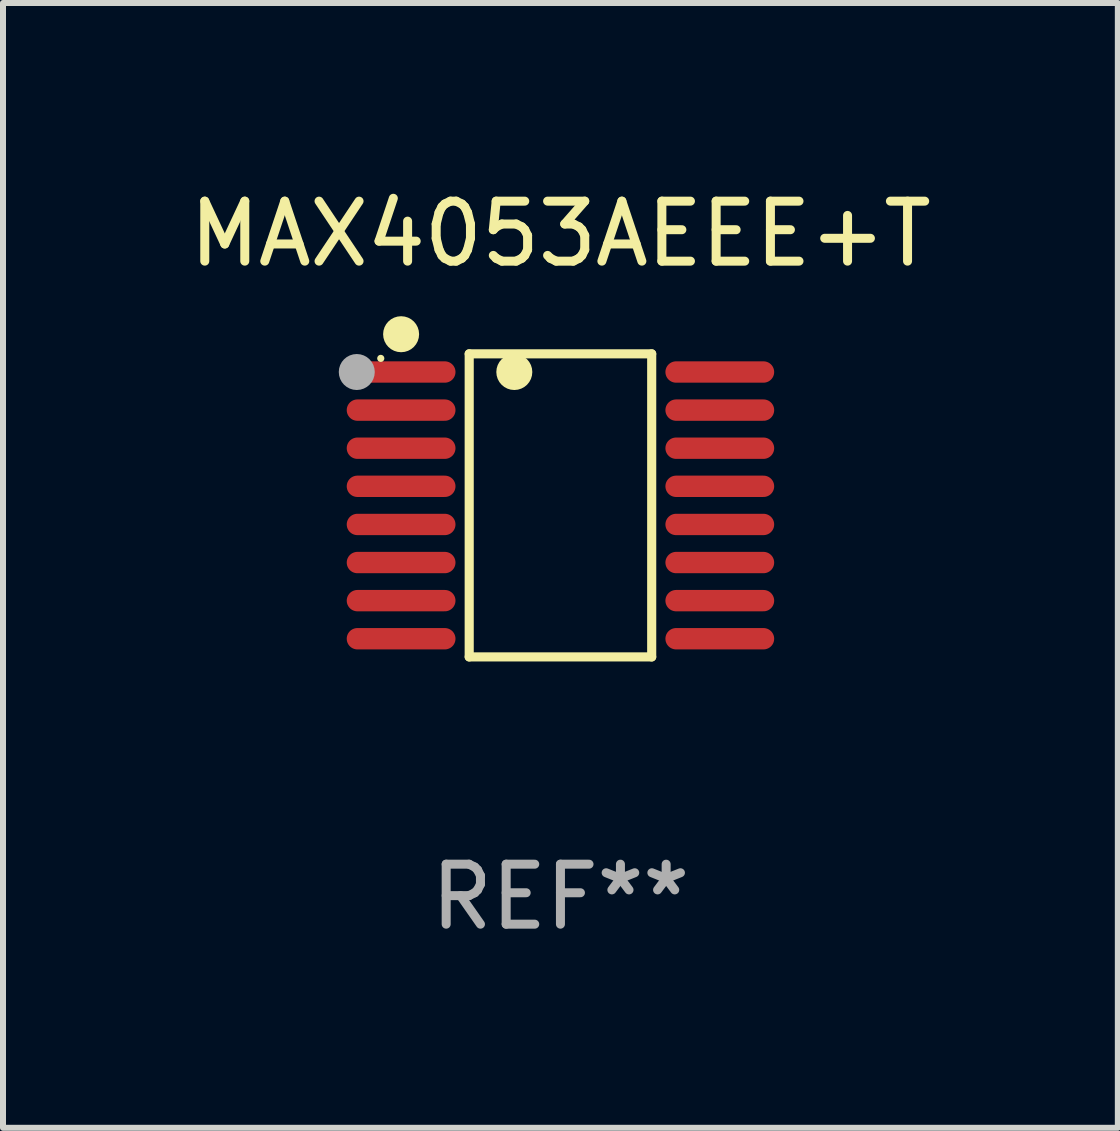
<source format=kicad_pcb>
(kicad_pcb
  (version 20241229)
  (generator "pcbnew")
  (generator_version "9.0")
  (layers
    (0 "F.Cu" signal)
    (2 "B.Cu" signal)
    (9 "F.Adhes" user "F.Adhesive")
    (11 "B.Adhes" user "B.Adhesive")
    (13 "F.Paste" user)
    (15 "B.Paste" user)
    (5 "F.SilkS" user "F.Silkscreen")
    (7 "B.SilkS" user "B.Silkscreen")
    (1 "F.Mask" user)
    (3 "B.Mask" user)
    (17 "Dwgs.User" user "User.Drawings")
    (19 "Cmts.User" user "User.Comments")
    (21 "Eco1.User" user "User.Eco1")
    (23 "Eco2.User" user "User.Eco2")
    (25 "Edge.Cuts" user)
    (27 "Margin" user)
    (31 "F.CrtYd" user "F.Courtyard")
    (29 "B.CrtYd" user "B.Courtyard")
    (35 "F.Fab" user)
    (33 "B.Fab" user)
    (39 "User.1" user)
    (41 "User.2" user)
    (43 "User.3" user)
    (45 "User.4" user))
  (footprint "MAX4053AEEE+T"
    (layer "F.Cu")
    (at 6.292 5.374)
    (property "Reference" "MAX4053AEEE+T" (at 0 -4.526 0) (layer "F.SilkS") (effects (font (size 1 1) (thickness 0.15))))
    (attr through_hole)
    (fp_line (start -1.521 -2.526) (end 1.521 -2.526) (stroke (width 0.152) (type solid)) (layer "F.SilkS"))
    (fp_line (start -1.521 2.526) (end -1.521 -2.526) (stroke (width 0.152) (type solid)) (layer "F.SilkS"))
    (fp_line (start 1.521 -2.526) (end 1.521 2.526) (stroke (width 0.152) (type solid)) (layer "F.SilkS"))
    (fp_line (start 1.521 2.526) (end -1.521 2.526) (stroke (width 0.152) (type solid)) (layer "F.SilkS"))
    (fp_circle (center -2.995 -2.45) (end -2.965 -2.45) (stroke (width 0.06) (type solid)) (fill no) (layer "F.SilkS"))
    (fp_circle (center -2.656 -2.853) (end -2.506 -2.853) (stroke (width 0.3) (type solid)) (fill no) (layer "F.SilkS"))
    (fp_circle (center -0.769 -2.223) (end -0.619 -2.223) (stroke (width 0.3) (type solid)) (fill no) (layer "F.SilkS"))
    (fp_circle (center -3.395 -2.223) (end -3.245 -2.223) (stroke (width 0.3) (type solid)) (fill no) (layer "F.Fab"))
    (fp_text user "REF**" (at 0 6.526 0) (layer "F.Fab") (effects (font (size 1 1) (thickness 0.15))))
    (pad "1" smd oval (at -2.656 -2.223 270) (size 0.356 1.813) (layers "F.Cu" "F.Mask" "F.Paste"))
    (pad "2" smd oval (at -2.656 -1.588 270) (size 0.356 1.813) (layers "F.Cu" "F.Mask" "F.Paste"))
    (pad "3" smd oval (at -2.656 -0.953 270) (size 0.356 1.813) (layers "F.Cu" "F.Mask" "F.Paste"))
    (pad "4" smd oval (at -2.656 -0.318 270) (size 0.356 1.813) (layers "F.Cu" "F.Mask" "F.Paste"))
    (pad "5" smd oval (at -2.656 0.318 270) (size 0.356 1.813) (layers "F.Cu" "F.Mask" "F.Paste"))
    (pad "6" smd oval (at -2.656 0.953 270) (size 0.356 1.813) (layers "F.Cu" "F.Mask" "F.Paste"))
    (pad "7" smd oval (at -2.656 1.588 270) (size 0.356 1.813) (layers "F.Cu" "F.Mask" "F.Paste"))
    (pad "8" smd oval (at -2.656 2.223 270) (size 0.356 1.813) (layers "F.Cu" "F.Mask" "F.Paste"))
    (pad "9" smd oval (at 2.656 2.223 270) (size 0.356 1.813) (layers "F.Cu" "F.Mask" "F.Paste"))
    (pad "10" smd oval (at 2.656 1.588 270) (size 0.356 1.813) (layers "F.Cu" "F.Mask" "F.Paste"))
    (pad "11" smd oval (at 2.656 0.953 270) (size 0.356 1.813) (layers "F.Cu" "F.Mask" "F.Paste"))
    (pad "12" smd oval (at 2.656 0.318 270) (size 0.356 1.813) (layers "F.Cu" "F.Mask" "F.Paste"))
    (pad "13" smd oval (at 2.656 -0.318 270) (size 0.356 1.813) (layers "F.Cu" "F.Mask" "F.Paste"))
    (pad "14" smd oval (at 2.656 -0.953 270) (size 0.356 1.813) (layers "F.Cu" "F.Mask" "F.Paste"))
    (pad "15" smd oval (at 2.656 -1.588 270) (size 0.356 1.813) (layers "F.Cu" "F.Mask" "F.Paste"))
    (pad "16" smd oval (at 2.656 -2.223 270) (size 0.356 1.813) (layers "F.Cu" "F.Mask" "F.Paste")))
  (gr_rect
    (start -3 -3)
    (end 15.583 15.749)
    (stroke (width 0.1) (type default))
    (fill no)
    (layer "Edge.Cuts")))
</source>
